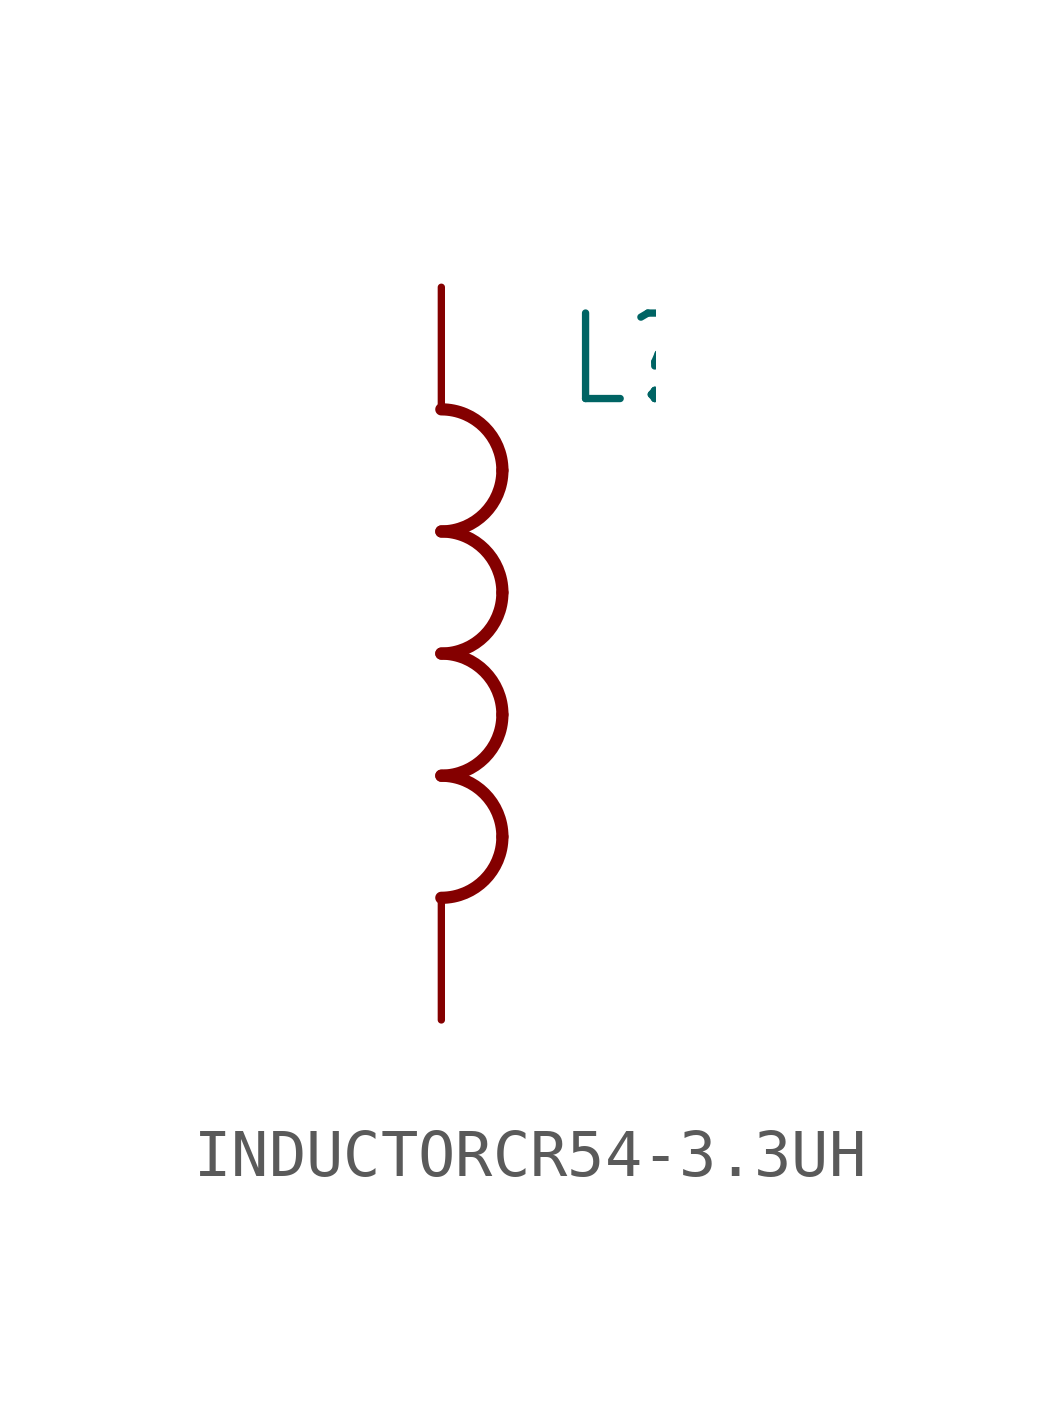
<source format=kicad_sym>
(kicad_symbol_lib
  (version 20220914)
  (generator kicad_symbol_editor)
  (symbol "INDUCTORCR54-3.3UH"
    (property "Reference" "L"
      (at 2.54 5.08 0)
      (effects (font (size 1.778 1.511)) (justify left bottom)))
    (property "Value" ""
      (at 2.54 -5.08 0)
      (effects (font (size 1.778 1.511)) (justify left bottom)))
    (property "ki_locked" ""
      (at 0 0 0)
      (effects (font (size 1.27 1.27))))
    (symbol "INDUCTORCR54-3.3UH_1_0"
      (arc (start 0 -5.08) (mid 0.898 -4.708) (end 1.27 -3.81) (stroke (width 0.254) (type solid)) (fill (type none)))
      (arc (start 0 -2.54) (mid 0.898 -2.168) (end 1.27 -1.27) (stroke (width 0.254) (type solid)) (fill (type none)))
      (arc (start 0 0) (mid 0.898 0.372) (end 1.27 1.27) (stroke (width 0.254) (type solid)) (fill (type none)))
      (arc (start 0 2.54) (mid 0.898 2.912) (end 1.27 3.81) (stroke (width 0.254) (type solid)) (fill (type none)))
      (arc (start 1.27 -3.81) (mid 0.898 -2.912) (end 0 -2.54) (stroke (width 0.254) (type solid)) (fill (type none)))
      (arc (start 1.27 -1.27) (mid 0.898 -0.372) (end 0 0) (stroke (width 0.254) (type solid)) (fill (type none)))
      (arc (start 1.27 1.27) (mid 0.898 2.168) (end 0 2.54) (stroke (width 0.254) (type solid)) (fill (type none)))
      (arc (start 1.27 3.81) (mid 0.898 4.708) (end 0 5.08) (stroke (width 0.254) (type solid)) (fill (type none)))
      (pin passive line (at 0 7.62 270) (length 2.54) (name "1" (effects (font (size 0 0)))) (number "P$1" (effects (font (size 0 0)))))
      (pin passive line (at 0 -7.62 90) (length 2.54) (name "2" (effects (font (size 0 0)))) (number "P$2" (effects (font (size 0 0))))))))
</source>
